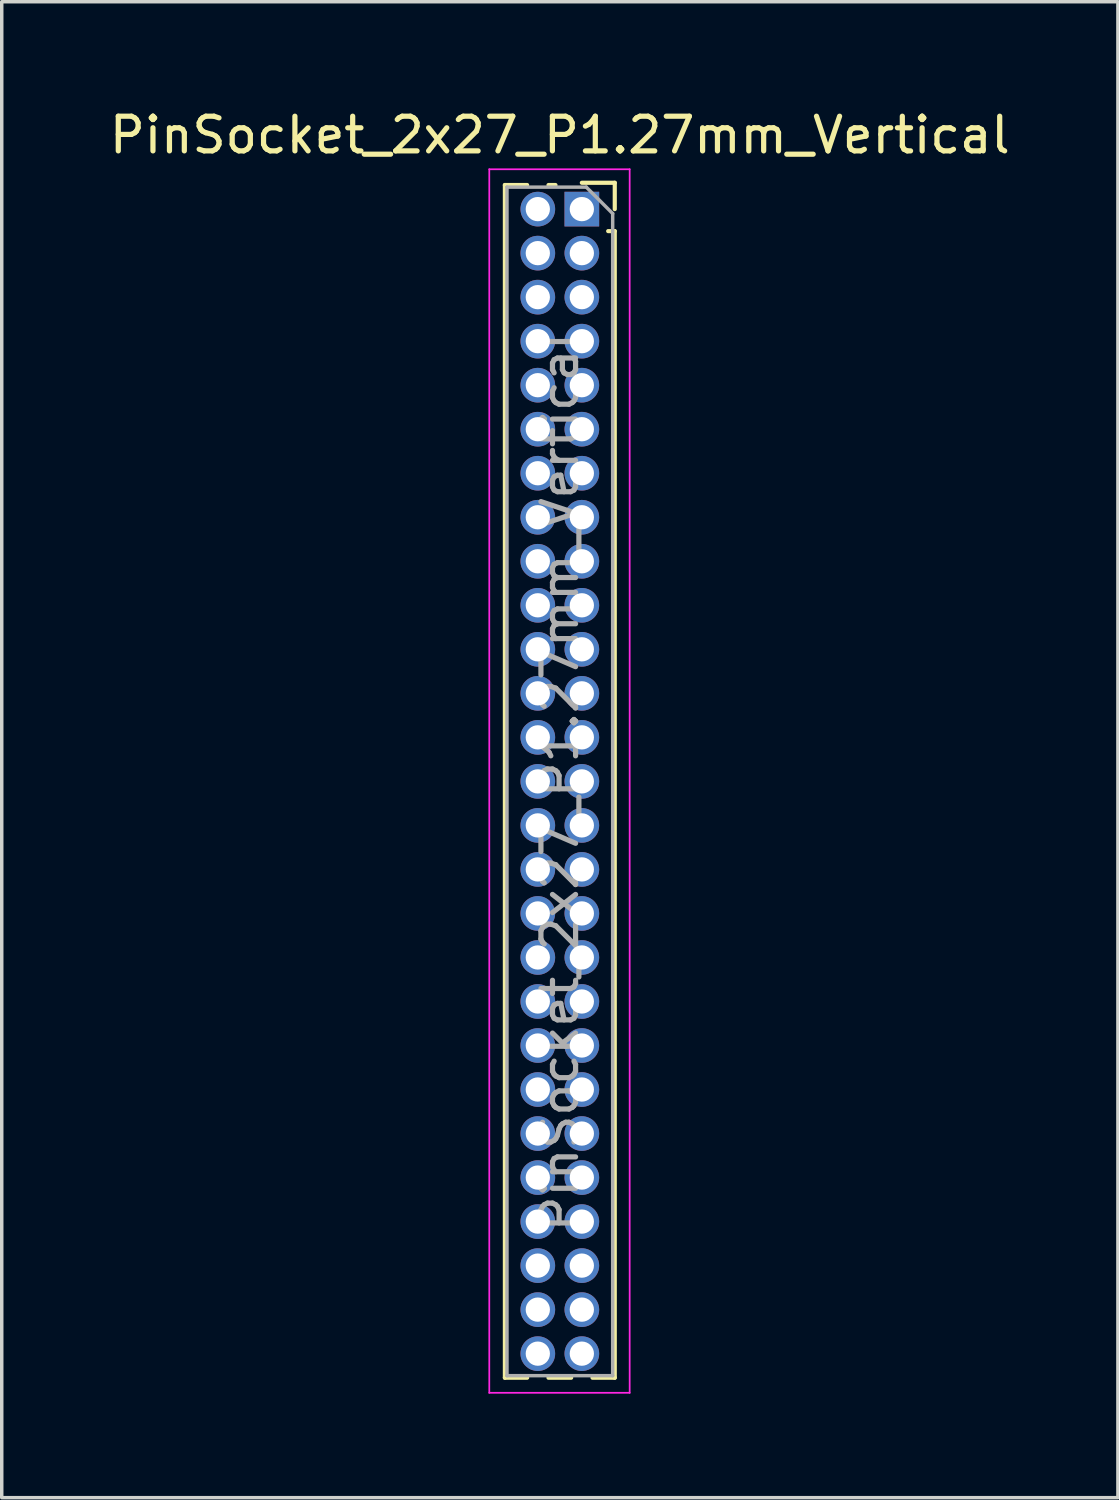
<source format=kicad_pcb>
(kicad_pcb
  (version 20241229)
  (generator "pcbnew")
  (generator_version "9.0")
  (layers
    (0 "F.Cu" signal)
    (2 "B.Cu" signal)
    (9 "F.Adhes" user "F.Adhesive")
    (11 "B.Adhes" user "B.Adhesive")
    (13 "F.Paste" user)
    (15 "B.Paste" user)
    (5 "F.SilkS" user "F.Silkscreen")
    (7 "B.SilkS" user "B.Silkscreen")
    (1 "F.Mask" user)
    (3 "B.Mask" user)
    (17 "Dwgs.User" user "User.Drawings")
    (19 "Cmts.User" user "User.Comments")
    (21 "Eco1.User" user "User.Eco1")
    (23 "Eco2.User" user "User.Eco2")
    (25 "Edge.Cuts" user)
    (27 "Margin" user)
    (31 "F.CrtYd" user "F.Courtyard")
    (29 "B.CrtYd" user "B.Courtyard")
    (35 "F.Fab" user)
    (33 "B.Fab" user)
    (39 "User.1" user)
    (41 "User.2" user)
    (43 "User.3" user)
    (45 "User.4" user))
  (footprint "PinSocket_2x27_P1.27mm_Vertical"
    (layer "F.Cu")
    (at 13.736 2.983)
    (property "Reference" "PinSocket_2x27_P1.27mm_Vertical" (at -0.635 -2.135 0) (layer "F.SilkS") (effects (font (size 1 1) (thickness 0.15))))
    (attr through_hole)
    (fp_line (start -2.22 -0.695) (end -2.22 33.715) (stroke (width 0.12) (type solid)) (layer "F.SilkS"))
    (fp_line (start -2.22 -0.695) (end -1.578 -0.695) (stroke (width 0.12) (type solid)) (layer "F.SilkS"))
    (fp_line (start -2.22 33.715) (end -1.578 33.715) (stroke (width 0.12) (type solid)) (layer "F.SilkS"))
    (fp_line (start -0.962 -0.695) (end -0.76 -0.695) (stroke (width 0.12) (type solid)) (layer "F.SilkS"))
    (fp_line (start -0.962 33.715) (end -0.308 33.715) (stroke (width 0.12) (type solid)) (layer "F.SilkS"))
    (fp_line (start 0 -0.76) (end 0.95 -0.76) (stroke (width 0.12) (type solid)) (layer "F.SilkS"))
    (fp_line (start 0.308 33.715) (end 0.95 33.715) (stroke (width 0.12) (type solid)) (layer "F.SilkS"))
    (fp_line (start 0.76 0.635) (end 0.95 0.635) (stroke (width 0.12) (type solid)) (layer "F.SilkS"))
    (fp_line (start 0.95 -0.76) (end 0.95 0) (stroke (width 0.12) (type solid)) (layer "F.SilkS"))
    (fp_line (start 0.95 0.635) (end 0.95 33.715) (stroke (width 0.12) (type solid)) (layer "F.SilkS"))
    (fp_line (start -2.67 -1.15) (end 1.38 -1.15) (stroke (width 0.05) (type solid)) (layer "F.CrtYd"))
    (fp_line (start -2.67 34.15) (end -2.67 -1.15) (stroke (width 0.05) (type solid)) (layer "F.CrtYd"))
    (fp_line (start 1.38 -1.15) (end 1.38 34.15) (stroke (width 0.05) (type solid)) (layer "F.CrtYd"))
    (fp_line (start 1.38 34.15) (end -2.67 34.15) (stroke (width 0.05) (type solid)) (layer "F.CrtYd"))
    (fp_line (start -2.16 -0.635) (end 0.128 -0.635) (stroke (width 0.1) (type solid)) (layer "F.Fab"))
    (fp_line (start -2.16 33.655) (end -2.16 -0.635) (stroke (width 0.1) (type solid)) (layer "F.Fab"))
    (fp_line (start 0.128 -0.635) (end 0.89 0.128) (stroke (width 0.1) (type solid)) (layer "F.Fab"))
    (fp_line (start 0.89 0.128) (end 0.89 33.655) (stroke (width 0.1) (type solid)) (layer "F.Fab"))
    (fp_line (start 0.89 33.655) (end -2.16 33.655) (stroke (width 0.1) (type solid)) (layer "F.Fab"))
    (fp_text user "${REFERENCE}" (at -0.635 16.51 90) (layer "F.Fab") (effects (font (size 1 1) (thickness 0.15))))
    (pad "1" thru_hole rect (at 0 0) (size 1 1) (drill 0.7) (layers "*.Cu" "*.Mask"))
    (pad "2" thru_hole oval (at -1.27 0) (size 1 1) (drill 0.7) (layers "*.Cu" "*.Mask"))
    (pad "3" thru_hole oval (at 0 1.27) (size 1 1) (drill 0.7) (layers "*.Cu" "*.Mask"))
    (pad "4" thru_hole oval (at -1.27 1.27) (size 1 1) (drill 0.7) (layers "*.Cu" "*.Mask"))
    (pad "5" thru_hole oval (at 0 2.54) (size 1 1) (drill 0.7) (layers "*.Cu" "*.Mask"))
    (pad "6" thru_hole oval (at -1.27 2.54) (size 1 1) (drill 0.7) (layers "*.Cu" "*.Mask"))
    (pad "7" thru_hole oval (at 0 3.81) (size 1 1) (drill 0.7) (layers "*.Cu" "*.Mask"))
    (pad "8" thru_hole oval (at -1.27 3.81) (size 1 1) (drill 0.7) (layers "*.Cu" "*.Mask"))
    (pad "9" thru_hole oval (at 0 5.08) (size 1 1) (drill 0.7) (layers "*.Cu" "*.Mask"))
    (pad "10" thru_hole oval (at -1.27 5.08) (size 1 1) (drill 0.7) (layers "*.Cu" "*.Mask"))
    (pad "11" thru_hole oval (at 0 6.35) (size 1 1) (drill 0.7) (layers "*.Cu" "*.Mask"))
    (pad "12" thru_hole oval (at -1.27 6.35) (size 1 1) (drill 0.7) (layers "*.Cu" "*.Mask"))
    (pad "13" thru_hole oval (at 0 7.62) (size 1 1) (drill 0.7) (layers "*.Cu" "*.Mask"))
    (pad "14" thru_hole oval (at -1.27 7.62) (size 1 1) (drill 0.7) (layers "*.Cu" "*.Mask"))
    (pad "15" thru_hole oval (at 0 8.89) (size 1 1) (drill 0.7) (layers "*.Cu" "*.Mask"))
    (pad "16" thru_hole oval (at -1.27 8.89) (size 1 1) (drill 0.7) (layers "*.Cu" "*.Mask"))
    (pad "17" thru_hole oval (at 0 10.16) (size 1 1) (drill 0.7) (layers "*.Cu" "*.Mask"))
    (pad "18" thru_hole oval (at -1.27 10.16) (size 1 1) (drill 0.7) (layers "*.Cu" "*.Mask"))
    (pad "19" thru_hole oval (at 0 11.43) (size 1 1) (drill 0.7) (layers "*.Cu" "*.Mask"))
    (pad "20" thru_hole oval (at -1.27 11.43) (size 1 1) (drill 0.7) (layers "*.Cu" "*.Mask"))
    (pad "21" thru_hole oval (at 0 12.7) (size 1 1) (drill 0.7) (layers "*.Cu" "*.Mask"))
    (pad "22" thru_hole oval (at -1.27 12.7) (size 1 1) (drill 0.7) (layers "*.Cu" "*.Mask"))
    (pad "23" thru_hole oval (at 0 13.97) (size 1 1) (drill 0.7) (layers "*.Cu" "*.Mask"))
    (pad "24" thru_hole oval (at -1.27 13.97) (size 1 1) (drill 0.7) (layers "*.Cu" "*.Mask"))
    (pad "25" thru_hole oval (at 0 15.24) (size 1 1) (drill 0.7) (layers "*.Cu" "*.Mask"))
    (pad "26" thru_hole oval (at -1.27 15.24) (size 1 1) (drill 0.7) (layers "*.Cu" "*.Mask"))
    (pad "27" thru_hole oval (at 0 16.51) (size 1 1) (drill 0.7) (layers "*.Cu" "*.Mask"))
    (pad "28" thru_hole oval (at -1.27 16.51) (size 1 1) (drill 0.7) (layers "*.Cu" "*.Mask"))
    (pad "29" thru_hole oval (at 0 17.78) (size 1 1) (drill 0.7) (layers "*.Cu" "*.Mask"))
    (pad "30" thru_hole oval (at -1.27 17.78) (size 1 1) (drill 0.7) (layers "*.Cu" "*.Mask"))
    (pad "31" thru_hole oval (at 0 19.05) (size 1 1) (drill 0.7) (layers "*.Cu" "*.Mask"))
    (pad "32" thru_hole oval (at -1.27 19.05) (size 1 1) (drill 0.7) (layers "*.Cu" "*.Mask"))
    (pad "33" thru_hole oval (at 0 20.32) (size 1 1) (drill 0.7) (layers "*.Cu" "*.Mask"))
    (pad "34" thru_hole oval (at -1.27 20.32) (size 1 1) (drill 0.7) (layers "*.Cu" "*.Mask"))
    (pad "35" thru_hole oval (at 0 21.59) (size 1 1) (drill 0.7) (layers "*.Cu" "*.Mask"))
    (pad "36" thru_hole oval (at -1.27 21.59) (size 1 1) (drill 0.7) (layers "*.Cu" "*.Mask"))
    (pad "37" thru_hole oval (at 0 22.86) (size 1 1) (drill 0.7) (layers "*.Cu" "*.Mask"))
    (pad "38" thru_hole oval (at -1.27 22.86) (size 1 1) (drill 0.7) (layers "*.Cu" "*.Mask"))
    (pad "39" thru_hole oval (at 0 24.13) (size 1 1) (drill 0.7) (layers "*.Cu" "*.Mask"))
    (pad "40" thru_hole oval (at -1.27 24.13) (size 1 1) (drill 0.7) (layers "*.Cu" "*.Mask"))
    (pad "41" thru_hole oval (at 0 25.4) (size 1 1) (drill 0.7) (layers "*.Cu" "*.Mask"))
    (pad "42" thru_hole oval (at -1.27 25.4) (size 1 1) (drill 0.7) (layers "*.Cu" "*.Mask"))
    (pad "43" thru_hole oval (at 0 26.67) (size 1 1) (drill 0.7) (layers "*.Cu" "*.Mask"))
    (pad "44" thru_hole oval (at -1.27 26.67) (size 1 1) (drill 0.7) (layers "*.Cu" "*.Mask"))
    (pad "45" thru_hole oval (at 0 27.94) (size 1 1) (drill 0.7) (layers "*.Cu" "*.Mask"))
    (pad "46" thru_hole oval (at -1.27 27.94) (size 1 1) (drill 0.7) (layers "*.Cu" "*.Mask"))
    (pad "47" thru_hole oval (at 0 29.21) (size 1 1) (drill 0.7) (layers "*.Cu" "*.Mask"))
    (pad "48" thru_hole oval (at -1.27 29.21) (size 1 1) (drill 0.7) (layers "*.Cu" "*.Mask"))
    (pad "49" thru_hole oval (at 0 30.48) (size 1 1) (drill 0.7) (layers "*.Cu" "*.Mask"))
    (pad "50" thru_hole oval (at -1.27 30.48) (size 1 1) (drill 0.7) (layers "*.Cu" "*.Mask"))
    (pad "51" thru_hole oval (at 0 31.75) (size 1 1) (drill 0.7) (layers "*.Cu" "*.Mask"))
    (pad "52" thru_hole oval (at -1.27 31.75) (size 1 1) (drill 0.7) (layers "*.Cu" "*.Mask"))
    (pad "53" thru_hole oval (at 0 33.02) (size 1 1) (drill 0.7) (layers "*.Cu" "*.Mask"))
    (pad "54" thru_hole oval (at -1.27 33.02) (size 1 1) (drill 0.7) (layers "*.Cu" "*.Mask")))
  (gr_rect
    (start -3 -3)
    (end 29.202 40.158)
    (stroke (width 0.1) (type default))
    (fill no)
    (layer "Edge.Cuts")))
</source>
